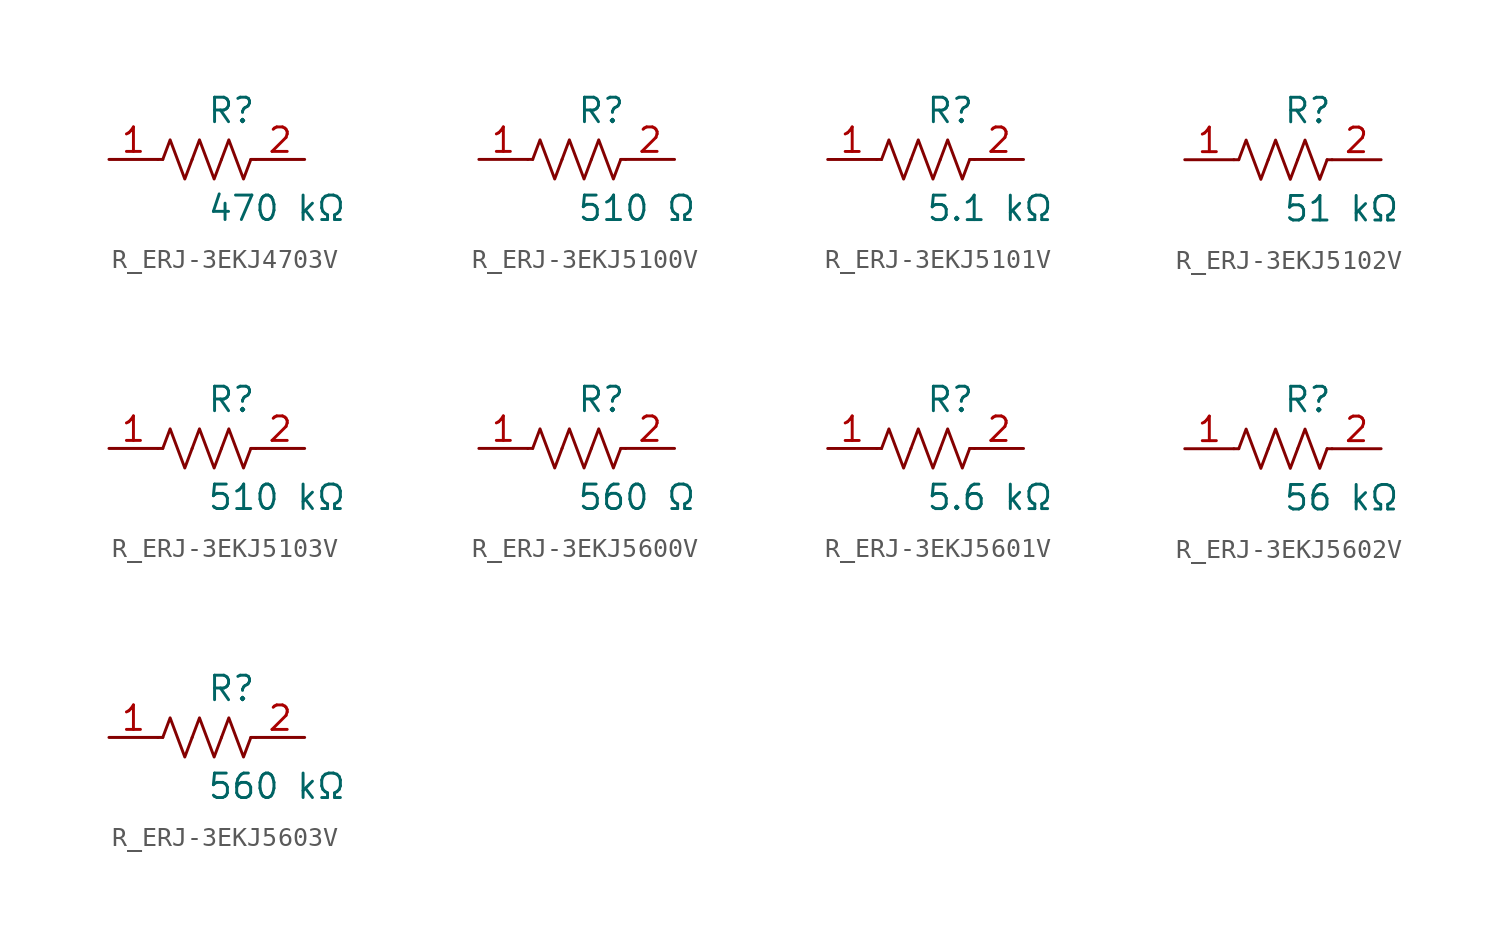
<source format=kicad_sym>
(kicad_symbol_lib
  (version 20231120)
  (generator "kicad_symbol_editor")
  (generator_version "8.0")
  (symbol "R_ERJ-3EKJ4703V"
    (pin_names
      (offset 0.254))
    (property "Reference" "R"
      (at 0 2.54 0)
      (effects (font (size 1.27 1.27)) (justify left)))
    (property "Value" "470 kΩ"
      (at 0 -2.54 0)
      (effects (font (size 1.27 1.27)) (justify left)))
    (symbol "R_ERJ-3EKJ4703V_0_1"
      (polyline (pts (xy 2.286 0) (xy 2.54 0)) (stroke (width 0) (type default)) (fill (type none)))
      (polyline (pts (xy -2.286 0) (xy -2.54 0)) (stroke (width 0) (type default)) (fill (type none)))
      (polyline (pts (xy 0.762 0) (xy 1.143 1.016) (xy 1.524 0) (xy 1.905 -1.016) (xy 2.286 0)) (stroke (width 0) (type default)) (fill (type none)))
      (polyline (pts (xy -0.762 0) (xy -0.381 1.016) (xy 0 0) (xy 0.381 -1.016) (xy 0.762 0)) (stroke (width 0) (type default)) (fill (type none)))
      (polyline (pts (xy -2.286 0) (xy -1.905 1.016) (xy -1.524 0) (xy -1.143 -1.016) (xy -0.762 0)) (stroke (width 0) (type default)) (fill (type none))))
    (pin unspecified line
      (at -5.08 0 0)
      (length 2.54)
      (name "" (effects (font (size 1.27 1.27))))
      (number "1" (effects (font (size 1.27 1.27)))))
    (pin unspecified line
      (at 5.08 0 180)
      (length 2.54)
      (name "" (effects (font (size 1.27 1.27))))
      (number "2" (effects (font (size 1.27 1.27))))))
  (symbol "R_ERJ-3EKJ5100V"
    (pin_names
      (offset 0.254))
    (property "Reference" "R"
      (at 0 2.54 0)
      (effects (font (size 1.27 1.27)) (justify left)))
    (property "Value" "510 Ω"
      (at 0 -2.54 0)
      (effects (font (size 1.27 1.27)) (justify left)))
    (symbol "R_ERJ-3EKJ5100V_0_1"
      (polyline (pts (xy 2.286 0) (xy 2.54 0)) (stroke (width 0) (type default)) (fill (type none)))
      (polyline (pts (xy -2.286 0) (xy -2.54 0)) (stroke (width 0) (type default)) (fill (type none)))
      (polyline (pts (xy 0.762 0) (xy 1.143 1.016) (xy 1.524 0) (xy 1.905 -1.016) (xy 2.286 0)) (stroke (width 0) (type default)) (fill (type none)))
      (polyline (pts (xy -0.762 0) (xy -0.381 1.016) (xy 0 0) (xy 0.381 -1.016) (xy 0.762 0)) (stroke (width 0) (type default)) (fill (type none)))
      (polyline (pts (xy -2.286 0) (xy -1.905 1.016) (xy -1.524 0) (xy -1.143 -1.016) (xy -0.762 0)) (stroke (width 0) (type default)) (fill (type none))))
    (pin unspecified line
      (at -5.08 0 0)
      (length 2.54)
      (name "" (effects (font (size 1.27 1.27))))
      (number "1" (effects (font (size 1.27 1.27)))))
    (pin unspecified line
      (at 5.08 0 180)
      (length 2.54)
      (name "" (effects (font (size 1.27 1.27))))
      (number "2" (effects (font (size 1.27 1.27))))))
  (symbol "R_ERJ-3EKJ5101V"
    (pin_names
      (offset 0.254))
    (property "Reference" "R"
      (at 0 2.54 0)
      (effects (font (size 1.27 1.27)) (justify left)))
    (property "Value" "5.1 kΩ"
      (at 0 -2.54 0)
      (effects (font (size 1.27 1.27)) (justify left)))
    (symbol "R_ERJ-3EKJ5101V_0_1"
      (polyline (pts (xy 2.286 0) (xy 2.54 0)) (stroke (width 0) (type default)) (fill (type none)))
      (polyline (pts (xy -2.286 0) (xy -2.54 0)) (stroke (width 0) (type default)) (fill (type none)))
      (polyline (pts (xy 0.762 0) (xy 1.143 1.016) (xy 1.524 0) (xy 1.905 -1.016) (xy 2.286 0)) (stroke (width 0) (type default)) (fill (type none)))
      (polyline (pts (xy -0.762 0) (xy -0.381 1.016) (xy 0 0) (xy 0.381 -1.016) (xy 0.762 0)) (stroke (width 0) (type default)) (fill (type none)))
      (polyline (pts (xy -2.286 0) (xy -1.905 1.016) (xy -1.524 0) (xy -1.143 -1.016) (xy -0.762 0)) (stroke (width 0) (type default)) (fill (type none))))
    (pin unspecified line
      (at -5.08 0 0)
      (length 2.54)
      (name "" (effects (font (size 1.27 1.27))))
      (number "1" (effects (font (size 1.27 1.27)))))
    (pin unspecified line
      (at 5.08 0 180)
      (length 2.54)
      (name "" (effects (font (size 1.27 1.27))))
      (number "2" (effects (font (size 1.27 1.27))))))
  (symbol "R_ERJ-3EKJ5102V"
    (pin_names
      (offset 0.254))
    (property "Reference" "R"
      (at 0 2.54 0)
      (effects (font (size 1.27 1.27)) (justify left)))
    (property "Value" "51 kΩ"
      (at 0 -2.54 0)
      (effects (font (size 1.27 1.27)) (justify left)))
    (symbol "R_ERJ-3EKJ5102V_0_1"
      (polyline (pts (xy 2.286 0) (xy 2.54 0)) (stroke (width 0) (type default)) (fill (type none)))
      (polyline (pts (xy -2.286 0) (xy -2.54 0)) (stroke (width 0) (type default)) (fill (type none)))
      (polyline (pts (xy 0.762 0) (xy 1.143 1.016) (xy 1.524 0) (xy 1.905 -1.016) (xy 2.286 0)) (stroke (width 0) (type default)) (fill (type none)))
      (polyline (pts (xy -0.762 0) (xy -0.381 1.016) (xy 0 0) (xy 0.381 -1.016) (xy 0.762 0)) (stroke (width 0) (type default)) (fill (type none)))
      (polyline (pts (xy -2.286 0) (xy -1.905 1.016) (xy -1.524 0) (xy -1.143 -1.016) (xy -0.762 0)) (stroke (width 0) (type default)) (fill (type none))))
    (pin unspecified line
      (at -5.08 0 0)
      (length 2.54)
      (name "" (effects (font (size 1.27 1.27))))
      (number "1" (effects (font (size 1.27 1.27)))))
    (pin unspecified line
      (at 5.08 0 180)
      (length 2.54)
      (name "" (effects (font (size 1.27 1.27))))
      (number "2" (effects (font (size 1.27 1.27))))))
  (symbol "R_ERJ-3EKJ5103V"
    (pin_names
      (offset 0.254))
    (property "Reference" "R"
      (at 0 2.54 0)
      (effects (font (size 1.27 1.27)) (justify left)))
    (property "Value" "510 kΩ"
      (at 0 -2.54 0)
      (effects (font (size 1.27 1.27)) (justify left)))
    (symbol "R_ERJ-3EKJ5103V_0_1"
      (polyline (pts (xy 2.286 0) (xy 2.54 0)) (stroke (width 0) (type default)) (fill (type none)))
      (polyline (pts (xy -2.286 0) (xy -2.54 0)) (stroke (width 0) (type default)) (fill (type none)))
      (polyline (pts (xy 0.762 0) (xy 1.143 1.016) (xy 1.524 0) (xy 1.905 -1.016) (xy 2.286 0)) (stroke (width 0) (type default)) (fill (type none)))
      (polyline (pts (xy -0.762 0) (xy -0.381 1.016) (xy 0 0) (xy 0.381 -1.016) (xy 0.762 0)) (stroke (width 0) (type default)) (fill (type none)))
      (polyline (pts (xy -2.286 0) (xy -1.905 1.016) (xy -1.524 0) (xy -1.143 -1.016) (xy -0.762 0)) (stroke (width 0) (type default)) (fill (type none))))
    (pin unspecified line
      (at -5.08 0 0)
      (length 2.54)
      (name "" (effects (font (size 1.27 1.27))))
      (number "1" (effects (font (size 1.27 1.27)))))
    (pin unspecified line
      (at 5.08 0 180)
      (length 2.54)
      (name "" (effects (font (size 1.27 1.27))))
      (number "2" (effects (font (size 1.27 1.27))))))
  (symbol "R_ERJ-3EKJ5600V"
    (pin_names
      (offset 0.254))
    (property "Reference" "R"
      (at 0 2.54 0)
      (effects (font (size 1.27 1.27)) (justify left)))
    (property "Value" "560 Ω"
      (at 0 -2.54 0)
      (effects (font (size 1.27 1.27)) (justify left)))
    (symbol "R_ERJ-3EKJ5600V_0_1"
      (polyline (pts (xy 2.286 0) (xy 2.54 0)) (stroke (width 0) (type default)) (fill (type none)))
      (polyline (pts (xy -2.286 0) (xy -2.54 0)) (stroke (width 0) (type default)) (fill (type none)))
      (polyline (pts (xy 0.762 0) (xy 1.143 1.016) (xy 1.524 0) (xy 1.905 -1.016) (xy 2.286 0)) (stroke (width 0) (type default)) (fill (type none)))
      (polyline (pts (xy -0.762 0) (xy -0.381 1.016) (xy 0 0) (xy 0.381 -1.016) (xy 0.762 0)) (stroke (width 0) (type default)) (fill (type none)))
      (polyline (pts (xy -2.286 0) (xy -1.905 1.016) (xy -1.524 0) (xy -1.143 -1.016) (xy -0.762 0)) (stroke (width 0) (type default)) (fill (type none))))
    (pin unspecified line
      (at -5.08 0 0)
      (length 2.54)
      (name "" (effects (font (size 1.27 1.27))))
      (number "1" (effects (font (size 1.27 1.27)))))
    (pin unspecified line
      (at 5.08 0 180)
      (length 2.54)
      (name "" (effects (font (size 1.27 1.27))))
      (number "2" (effects (font (size 1.27 1.27))))))
  (symbol "R_ERJ-3EKJ5601V"
    (pin_names
      (offset 0.254))
    (property "Reference" "R"
      (at 0 2.54 0)
      (effects (font (size 1.27 1.27)) (justify left)))
    (property "Value" "5.6 kΩ"
      (at 0 -2.54 0)
      (effects (font (size 1.27 1.27)) (justify left)))
    (symbol "R_ERJ-3EKJ5601V_0_1"
      (polyline (pts (xy 2.286 0) (xy 2.54 0)) (stroke (width 0) (type default)) (fill (type none)))
      (polyline (pts (xy -2.286 0) (xy -2.54 0)) (stroke (width 0) (type default)) (fill (type none)))
      (polyline (pts (xy 0.762 0) (xy 1.143 1.016) (xy 1.524 0) (xy 1.905 -1.016) (xy 2.286 0)) (stroke (width 0) (type default)) (fill (type none)))
      (polyline (pts (xy -0.762 0) (xy -0.381 1.016) (xy 0 0) (xy 0.381 -1.016) (xy 0.762 0)) (stroke (width 0) (type default)) (fill (type none)))
      (polyline (pts (xy -2.286 0) (xy -1.905 1.016) (xy -1.524 0) (xy -1.143 -1.016) (xy -0.762 0)) (stroke (width 0) (type default)) (fill (type none))))
    (pin unspecified line
      (at -5.08 0 0)
      (length 2.54)
      (name "" (effects (font (size 1.27 1.27))))
      (number "1" (effects (font (size 1.27 1.27)))))
    (pin unspecified line
      (at 5.08 0 180)
      (length 2.54)
      (name "" (effects (font (size 1.27 1.27))))
      (number "2" (effects (font (size 1.27 1.27))))))
  (symbol "R_ERJ-3EKJ5602V"
    (pin_names
      (offset 0.254))
    (property "Reference" "R"
      (at 0 2.54 0)
      (effects (font (size 1.27 1.27)) (justify left)))
    (property "Value" "56 kΩ"
      (at 0 -2.54 0)
      (effects (font (size 1.27 1.27)) (justify left)))
    (symbol "R_ERJ-3EKJ5602V_0_1"
      (polyline (pts (xy 2.286 0) (xy 2.54 0)) (stroke (width 0) (type default)) (fill (type none)))
      (polyline (pts (xy -2.286 0) (xy -2.54 0)) (stroke (width 0) (type default)) (fill (type none)))
      (polyline (pts (xy 0.762 0) (xy 1.143 1.016) (xy 1.524 0) (xy 1.905 -1.016) (xy 2.286 0)) (stroke (width 0) (type default)) (fill (type none)))
      (polyline (pts (xy -0.762 0) (xy -0.381 1.016) (xy 0 0) (xy 0.381 -1.016) (xy 0.762 0)) (stroke (width 0) (type default)) (fill (type none)))
      (polyline (pts (xy -2.286 0) (xy -1.905 1.016) (xy -1.524 0) (xy -1.143 -1.016) (xy -0.762 0)) (stroke (width 0) (type default)) (fill (type none))))
    (pin unspecified line
      (at -5.08 0 0)
      (length 2.54)
      (name "" (effects (font (size 1.27 1.27))))
      (number "1" (effects (font (size 1.27 1.27)))))
    (pin unspecified line
      (at 5.08 0 180)
      (length 2.54)
      (name "" (effects (font (size 1.27 1.27))))
      (number "2" (effects (font (size 1.27 1.27))))))
  (symbol "R_ERJ-3EKJ5603V"
    (pin_names
      (offset 0.254))
    (property "Reference" "R"
      (at 0 2.54 0)
      (effects (font (size 1.27 1.27)) (justify left)))
    (property "Value" "560 kΩ"
      (at 0 -2.54 0)
      (effects (font (size 1.27 1.27)) (justify left)))
    (symbol "R_ERJ-3EKJ5603V_0_1"
      (polyline (pts (xy 2.286 0) (xy 2.54 0)) (stroke (width 0) (type default)) (fill (type none)))
      (polyline (pts (xy -2.286 0) (xy -2.54 0)) (stroke (width 0) (type default)) (fill (type none)))
      (polyline (pts (xy 0.762 0) (xy 1.143 1.016) (xy 1.524 0) (xy 1.905 -1.016) (xy 2.286 0)) (stroke (width 0) (type default)) (fill (type none)))
      (polyline (pts (xy -0.762 0) (xy -0.381 1.016) (xy 0 0) (xy 0.381 -1.016) (xy 0.762 0)) (stroke (width 0) (type default)) (fill (type none)))
      (polyline (pts (xy -2.286 0) (xy -1.905 1.016) (xy -1.524 0) (xy -1.143 -1.016) (xy -0.762 0)) (stroke (width 0) (type default)) (fill (type none))))
    (pin unspecified line
      (at -5.08 0 0)
      (length 2.54)
      (name "" (effects (font (size 1.27 1.27))))
      (number "1" (effects (font (size 1.27 1.27)))))
    (pin unspecified line
      (at 5.08 0 180)
      (length 2.54)
      (name "" (effects (font (size 1.27 1.27))))
      (number "2" (effects (font (size 1.27 1.27)))))))
</source>
